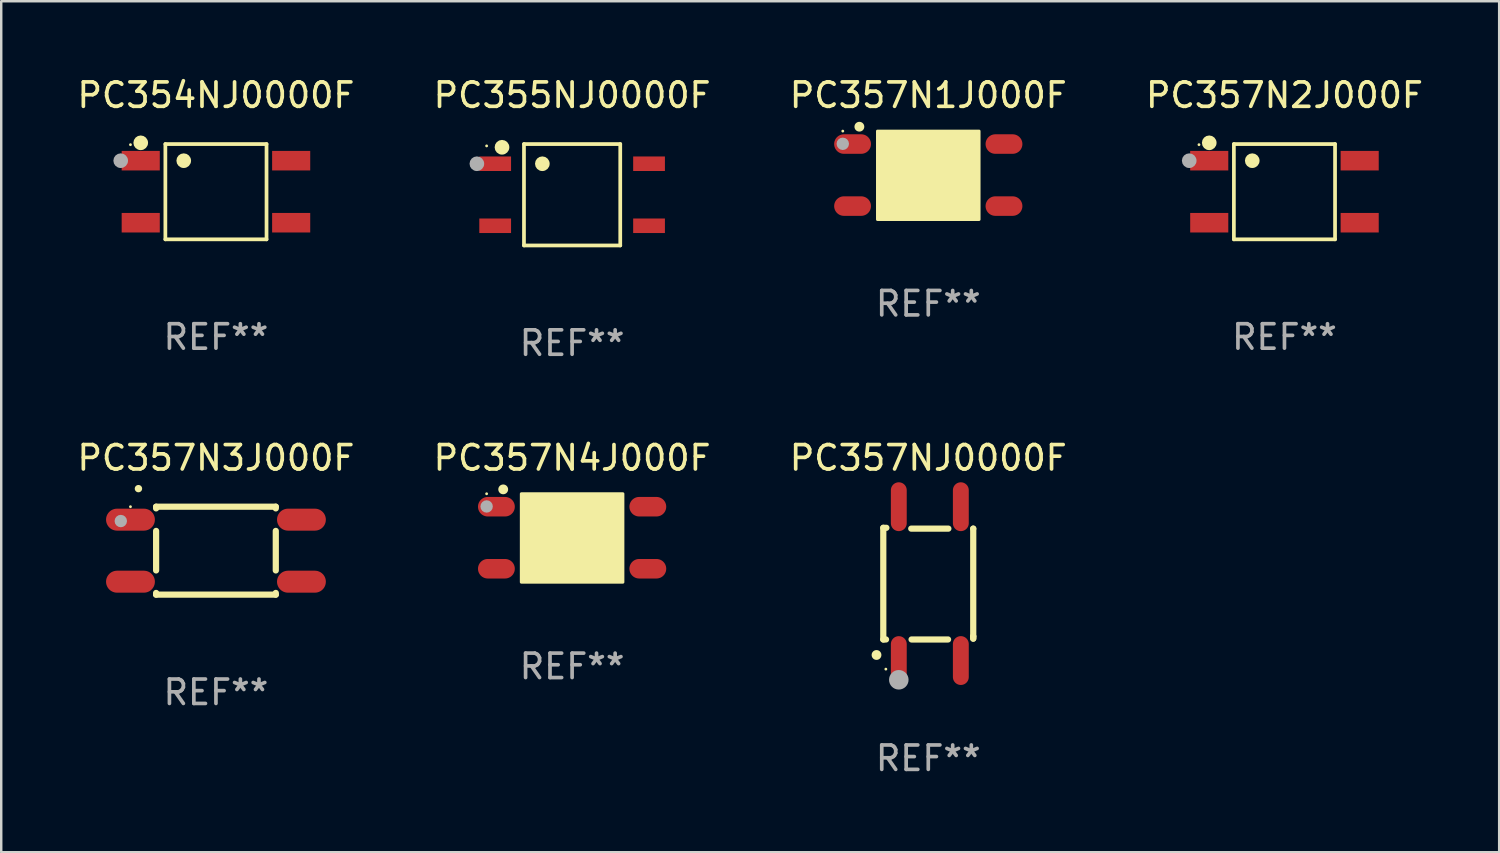
<source format=kicad_pcb>
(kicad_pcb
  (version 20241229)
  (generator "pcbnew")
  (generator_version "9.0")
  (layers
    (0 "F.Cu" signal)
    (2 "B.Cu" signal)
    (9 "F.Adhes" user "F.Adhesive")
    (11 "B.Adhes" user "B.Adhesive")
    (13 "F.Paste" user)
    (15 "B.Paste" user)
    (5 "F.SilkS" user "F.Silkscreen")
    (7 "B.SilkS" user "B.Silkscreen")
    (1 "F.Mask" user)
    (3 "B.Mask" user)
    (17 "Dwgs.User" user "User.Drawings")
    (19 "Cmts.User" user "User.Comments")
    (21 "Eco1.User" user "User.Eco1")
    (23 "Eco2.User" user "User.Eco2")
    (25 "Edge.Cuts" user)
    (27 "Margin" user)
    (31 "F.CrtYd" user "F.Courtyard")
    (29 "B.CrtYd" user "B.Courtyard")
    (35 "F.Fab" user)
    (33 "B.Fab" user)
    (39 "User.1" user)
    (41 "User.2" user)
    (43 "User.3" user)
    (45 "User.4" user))
  (footprint "PC357NJ0000F"
    (layer "F.Cu")
    (at 34.958 20.847)
    (property "Reference" "PC357NJ0000F" (at 0 -5.15 0) (layer "F.SilkS") (effects (font (size 1 1) (thickness 0.15))))
    (attr through_hole)
    (fp_line (start -1.842 -2.286) (end -1.842 2.286) (stroke (width 0.254) (type solid)) (layer "F.SilkS"))
    (fp_line (start -1.842 2.286) (end -1.73 2.286) (stroke (width 0.254) (type solid)) (layer "F.SilkS"))
    (fp_line (start -1.715 -2.286) (end -1.841 -2.286) (stroke (width 0.254) (type solid)) (layer "F.SilkS"))
    (fp_line (start -0.684 2.286) (end 0.81 2.286) (stroke (width 0.254) (type solid)) (layer "F.SilkS"))
    (fp_line (start 0.823 -2.252) (end -0.698 -2.252) (stroke (width 0.254) (type solid)) (layer "F.SilkS"))
    (fp_line (start 1.841 -2.252) (end 1.842 -2.252) (stroke (width 0.254) (type solid)) (layer "F.SilkS"))
    (fp_line (start 1.841 2.159) (end 1.841 -2.252) (stroke (width 0.254) (type solid)) (layer "F.SilkS"))
    (fp_line (start 1.841 2.159) (end 1.841 2.252) (stroke (width 0.254) (type solid)) (layer "F.SilkS"))
    (fp_line (start 1.841 2.159) (end 1.841 2.252) (stroke (width 0.254) (type solid)) (layer "F.SilkS"))
    (fp_arc (start -2.119266 2.92225) (mid -2.119271 2.92098) (end -2.119266 2.91971) (stroke (width 0.4) (type solid)) (layer "F.SilkS"))
    (fp_circle (center -1.737 3.5) (end -1.707 3.5) (stroke (width 0.06) (type solid)) (fill no) (layer "F.SilkS"))
    (fp_circle (center -1.207 3.937) (end -1.007 3.937) (stroke (width 0.4) (type solid)) (fill no) (layer "F.Fab"))
    (fp_text user "REF**" (at 0 7.15 0) (layer "F.Fab") (effects (font (size 1 1) (thickness 0.15))))
    (pad "1" smd oval (at -1.207 3.15 180) (size 0.65 2) (layers "F.Cu" "F.Mask" "F.Paste"))
    (pad "2" smd oval (at 1.333 3.149 180) (size 0.65 2) (layers "F.Cu" "F.Mask" "F.Paste"))
    (pad "3" smd oval (at 1.333 -3.15 180) (size 0.65 2) (layers "F.Cu" "F.Mask" "F.Paste"))
    (pad "4" smd oval (at -1.207 -3.15 180) (size 0.65 2) (layers "F.Cu" "F.Mask" "F.Paste")))
  (footprint "PC354NJ0000F"
    (layer "F.Cu")
    (at 5.792 4.799)
    (property "Reference" "PC354NJ0000F" (at 0 -3.951 0) (layer "F.SilkS") (effects (font (size 1 1) (thickness 0.15))))
    (attr through_hole)
    (fp_line (start -2.071 -1.951) (end 2.071 -1.951) (stroke (width 0.152) (type solid)) (layer "F.SilkS"))
    (fp_line (start -2.071 1.951) (end -2.071 -1.951) (stroke (width 0.152) (type solid)) (layer "F.SilkS"))
    (fp_line (start 2.071 -1.951) (end 2.071 1.951) (stroke (width 0.152) (type solid)) (layer "F.SilkS"))
    (fp_line (start 2.071 1.951) (end -2.071 1.951) (stroke (width 0.152) (type solid)) (layer "F.SilkS"))
    (fp_circle (center -3.5 -1.925) (end -3.47 -1.925) (stroke (width 0.06) (type solid)) (fill no) (layer "F.SilkS"))
    (fp_circle (center -3.08 -2.002) (end -2.93 -2.002) (stroke (width 0.3) (type solid)) (fill no) (layer "F.SilkS"))
    (fp_circle (center -1.319 -1.27) (end -1.169 -1.27) (stroke (width 0.3) (type solid)) (fill no) (layer "F.SilkS"))
    (fp_circle (center -3.9 -1.27) (end -3.75 -1.27) (stroke (width 0.3) (type solid)) (fill no) (layer "F.Fab"))
    (fp_text user "REF**" (at 0 5.951 0) (layer "F.Fab") (effects (font (size 1 1) (thickness 0.15))))
    (pad "1" smd rect (at -3.08 -1.27) (size 1.56 0.8) (layers "F.Cu" "F.Mask" "F.Paste"))
    (pad "2" smd rect (at -3.08 1.27) (size 1.56 0.8) (layers "F.Cu" "F.Mask" "F.Paste"))
    (pad "3" smd rect (at 3.08 1.27) (size 1.56 0.8) (layers "F.Cu" "F.Mask" "F.Paste"))
    (pad "4" smd rect (at 3.08 -1.27) (size 1.56 0.8) (layers "F.Cu" "F.Mask" "F.Paste")))
  (footprint "PC357N2J000F"
    (layer "F.Cu")
    (at 49.542 4.799)
    (property "Reference" "PC357N2J000F" (at 0 -3.951 0) (layer "F.SilkS") (effects (font (size 1 1) (thickness 0.15))))
    (attr through_hole)
    (fp_line (start -2.071 -1.951) (end 2.071 -1.951) (stroke (width 0.152) (type solid)) (layer "F.SilkS"))
    (fp_line (start -2.071 1.951) (end -2.071 -1.951) (stroke (width 0.152) (type solid)) (layer "F.SilkS"))
    (fp_line (start 2.071 -1.951) (end 2.071 1.951) (stroke (width 0.152) (type solid)) (layer "F.SilkS"))
    (fp_line (start 2.071 1.951) (end -2.071 1.951) (stroke (width 0.152) (type solid)) (layer "F.SilkS"))
    (fp_circle (center -3.5 -1.925) (end -3.47 -1.925) (stroke (width 0.06) (type solid)) (fill no) (layer "F.SilkS"))
    (fp_circle (center -3.08 -2.002) (end -2.93 -2.002) (stroke (width 0.3) (type solid)) (fill no) (layer "F.SilkS"))
    (fp_circle (center -1.319 -1.27) (end -1.169 -1.27) (stroke (width 0.3) (type solid)) (fill no) (layer "F.SilkS"))
    (fp_circle (center -3.9 -1.27) (end -3.75 -1.27) (stroke (width 0.3) (type solid)) (fill no) (layer "F.Fab"))
    (fp_text user "REF**" (at 0 5.951 0) (layer "F.Fab") (effects (font (size 1 1) (thickness 0.15))))
    (pad "1" smd rect (at -3.08 -1.27) (size 1.56 0.8) (layers "F.Cu" "F.Mask" "F.Paste"))
    (pad "2" smd rect (at -3.08 1.27) (size 1.56 0.8) (layers "F.Cu" "F.Mask" "F.Paste"))
    (pad "3" smd rect (at 3.08 1.27) (size 1.56 0.8) (layers "F.Cu" "F.Mask" "F.Paste"))
    (pad "4" smd rect (at 3.08 -1.27) (size 1.56 0.8) (layers "F.Cu" "F.Mask" "F.Paste")))
  (footprint "PC357N1J000F"
    (layer "F.Cu")
    (at 34.958 4.118)
    (property "Reference" "PC357N1J000F" (at 0 -3.27 0) (layer "F.SilkS") (effects (font (size 1 1) (thickness 0.15))))
    (attr through_hole)
    (fp_arc (start -2.822555 -1.98001) (mid -2.821285 -1.980014) (end -2.820015 -1.98001) (stroke (width 0.4) (type solid)) (layer "F.SilkS"))
    (fp_circle (center -3.5 -1.8) (end -3.47 -1.8) (stroke (width 0.06) (type solid)) (fill no) (layer "F.SilkS"))
    (fp_poly (pts (xy -2.08 -1.8) (xy 2.08 -1.8) (xy 2.08 1.82) (xy -2.08 1.82)) (stroke (width 0.12) (type solid)) (fill yes) (layer "F.SilkS"))
    (fp_circle (center -3.5 -1.28) (end -3.373 -1.28) (stroke (width 0.254) (type solid)) (fill no) (layer "F.Fab"))
    (fp_text user "REF**" (at 0 5.27 0) (layer "F.Fab") (effects (font (size 1 1) (thickness 0.15))))
    (pad "1" smd oval (at -3.1 -1.27 270) (size 0.8 1.508) (layers "F.Cu" "F.Mask" "F.Paste"))
    (pad "2" smd oval (at -3.1 1.27 270) (size 0.8 1.508) (layers "F.Cu" "F.Mask" "F.Paste"))
    (pad "3" smd oval (at 3.1 1.27 270) (size 0.8 1.508) (layers "F.Cu" "F.Mask" "F.Paste"))
    (pad "4" smd oval (at 3.1 -1.27 270) (size 0.8 1.508) (layers "F.Cu" "F.Mask" "F.Paste")))
  (footprint "PC357N3J000F"
    (layer "F.Cu")
    (at 5.792 19.497)
    (property "Reference" "PC357N3J000F" (at 0 -3.8 0) (layer "F.SilkS") (effects (font (size 1 1) (thickness 0.15))))
    (attr through_hole)
    (fp_line (start -2.45 -1.8) (end -2.45 -1.731) (stroke (width 0.254) (type solid)) (layer "F.SilkS"))
    (fp_line (start -2.45 -0.809) (end -2.45 0.809) (stroke (width 0.254) (type solid)) (layer "F.SilkS"))
    (fp_line (start -2.45 1.731) (end -2.45 1.8) (stroke (width 0.254) (type solid)) (layer "F.SilkS"))
    (fp_line (start 2.45 -1.8) (end -2.45 -1.8) (stroke (width 0.254) (type solid)) (layer "F.SilkS"))
    (fp_line (start 2.45 -1.8) (end 2.45 -1.731) (stroke (width 0.254) (type solid)) (layer "F.SilkS"))
    (fp_line (start 2.45 -0.809) (end 2.45 0.809) (stroke (width 0.254) (type solid)) (layer "F.SilkS"))
    (fp_line (start 2.45 1.731) (end 2.45 1.8) (stroke (width 0.254) (type solid)) (layer "F.SilkS"))
    (fp_line (start 2.45 1.8) (end -2.45 1.8) (stroke (width 0.254) (type solid)) (layer "F.SilkS"))
    (fp_arc (start -3.17493 -2.540005) (mid -3.17366 -2.54001) (end -3.17239 -2.540005) (stroke (width 0.3) (type solid)) (layer "F.SilkS"))
    (fp_circle (center -3.5 -1.8) (end -3.47 -1.8) (stroke (width 0.06) (type solid)) (fill no) (layer "F.SilkS"))
    (fp_circle (center -3.896 -1.213) (end -3.769 -1.213) (stroke (width 0.254) (type solid)) (fill no) (layer "F.Fab"))
    (fp_text user "REF**" (at 0 5.8 0) (layer "F.Fab") (effects (font (size 1 1) (thickness 0.15))))
    (pad "1" smd oval (at -3.5 -1.27 90) (size 0.9 2) (layers "F.Cu" "F.Mask" "F.Paste"))
    (pad "2" smd oval (at -3.5 1.27 90) (size 0.9 2) (layers "F.Cu" "F.Mask" "F.Paste"))
    (pad "3" smd oval (at 3.5 1.27 90) (size 0.9 2) (layers "F.Cu" "F.Mask" "F.Paste"))
    (pad "4" smd oval (at 3.5 -1.27 90) (size 0.9 2) (layers "F.Cu" "F.Mask" "F.Paste")))
  (footprint "PC355NJ0000F"
    (layer "F.Cu")
    (at 20.375 4.924)
    (property "Reference" "PC355NJ0000F" (at 0 -4.076 0) (layer "F.SilkS") (effects (font (size 1 1) (thickness 0.15))))
    (attr through_hole)
    (fp_line (start -1.971 -2.076) (end 1.971 -2.076) (stroke (width 0.152) (type solid)) (layer "F.SilkS"))
    (fp_line (start -1.971 2.076) (end -1.971 -2.076) (stroke (width 0.152) (type solid)) (layer "F.SilkS"))
    (fp_line (start 1.971 -2.076) (end 1.971 2.076) (stroke (width 0.152) (type solid)) (layer "F.SilkS"))
    (fp_line (start 1.971 2.076) (end -1.971 2.076) (stroke (width 0.152) (type solid)) (layer "F.SilkS"))
    (fp_circle (center -3.5 -2) (end -3.47 -2) (stroke (width 0.06) (type solid)) (fill no) (layer "F.SilkS"))
    (fp_circle (center -2.871 -1.944) (end -2.72 -1.944) (stroke (width 0.3) (type solid)) (fill no) (layer "F.SilkS"))
    (fp_circle (center -1.219 -1.27) (end -1.069 -1.27) (stroke (width 0.3) (type solid)) (fill no) (layer "F.SilkS"))
    (fp_circle (center -3.9 -1.27) (end -3.75 -1.27) (stroke (width 0.3) (type solid)) (fill no) (layer "F.Fab"))
    (fp_text user "REF**" (at 0 6.076 0) (layer "F.Fab") (effects (font (size 1 1) (thickness 0.15))))
    (pad "1" smd rect (at -3.15 -1.27 270) (size 0.595 1.3) (layers "F.Cu" "F.Mask" "F.Paste"))
    (pad "2" smd rect (at -3.15 1.27 270) (size 0.595 1.3) (layers "F.Cu" "F.Mask" "F.Paste"))
    (pad "3" smd rect (at 3.15 1.27 270) (size 0.595 1.3) (layers "F.Cu" "F.Mask" "F.Paste"))
    (pad "4" smd rect (at 3.15 -1.27 270) (size 0.595 1.3) (layers "F.Cu" "F.Mask" "F.Paste")))
  (footprint "PC357N4J000F"
    (layer "F.Cu")
    (at 20.375 18.967)
    (property "Reference" "PC357N4J000F" (at 0 -3.27 0) (layer "F.SilkS") (effects (font (size 1 1) (thickness 0.15))))
    (attr through_hole)
    (fp_arc (start -2.822555 -1.98001) (mid -2.821285 -1.980014) (end -2.820015 -1.98001) (stroke (width 0.4) (type solid)) (layer "F.SilkS"))
    (fp_circle (center -3.5 -1.8) (end -3.47 -1.8) (stroke (width 0.06) (type solid)) (fill no) (layer "F.SilkS"))
    (fp_poly (pts (xy -2.08 -1.8) (xy 2.08 -1.8) (xy 2.08 1.82) (xy -2.08 1.82)) (stroke (width 0.12) (type solid)) (fill yes) (layer "F.SilkS"))
    (fp_circle (center -3.5 -1.28) (end -3.373 -1.28) (stroke (width 0.254) (type solid)) (fill no) (layer "F.Fab"))
    (fp_text user "REF**" (at 0 5.27 0) (layer "F.Fab") (effects (font (size 1 1) (thickness 0.15))))
    (pad "1" smd oval (at -3.1 -1.27 270) (size 0.8 1.508) (layers "F.Cu" "F.Mask" "F.Paste"))
    (pad "2" smd oval (at -3.1 1.27 270) (size 0.8 1.508) (layers "F.Cu" "F.Mask" "F.Paste"))
    (pad "3" smd oval (at 3.1 1.27 270) (size 0.8 1.508) (layers "F.Cu" "F.Mask" "F.Paste"))
    (pad "4" smd oval (at 3.1 -1.27 270) (size 0.8 1.508) (layers "F.Cu" "F.Mask" "F.Paste")))
  (gr_rect
    (start -3 -3)
    (end 58.333 31.845)
    (stroke (width 0.1) (type default))
    (fill no)
    (layer "Edge.Cuts")))
</source>
